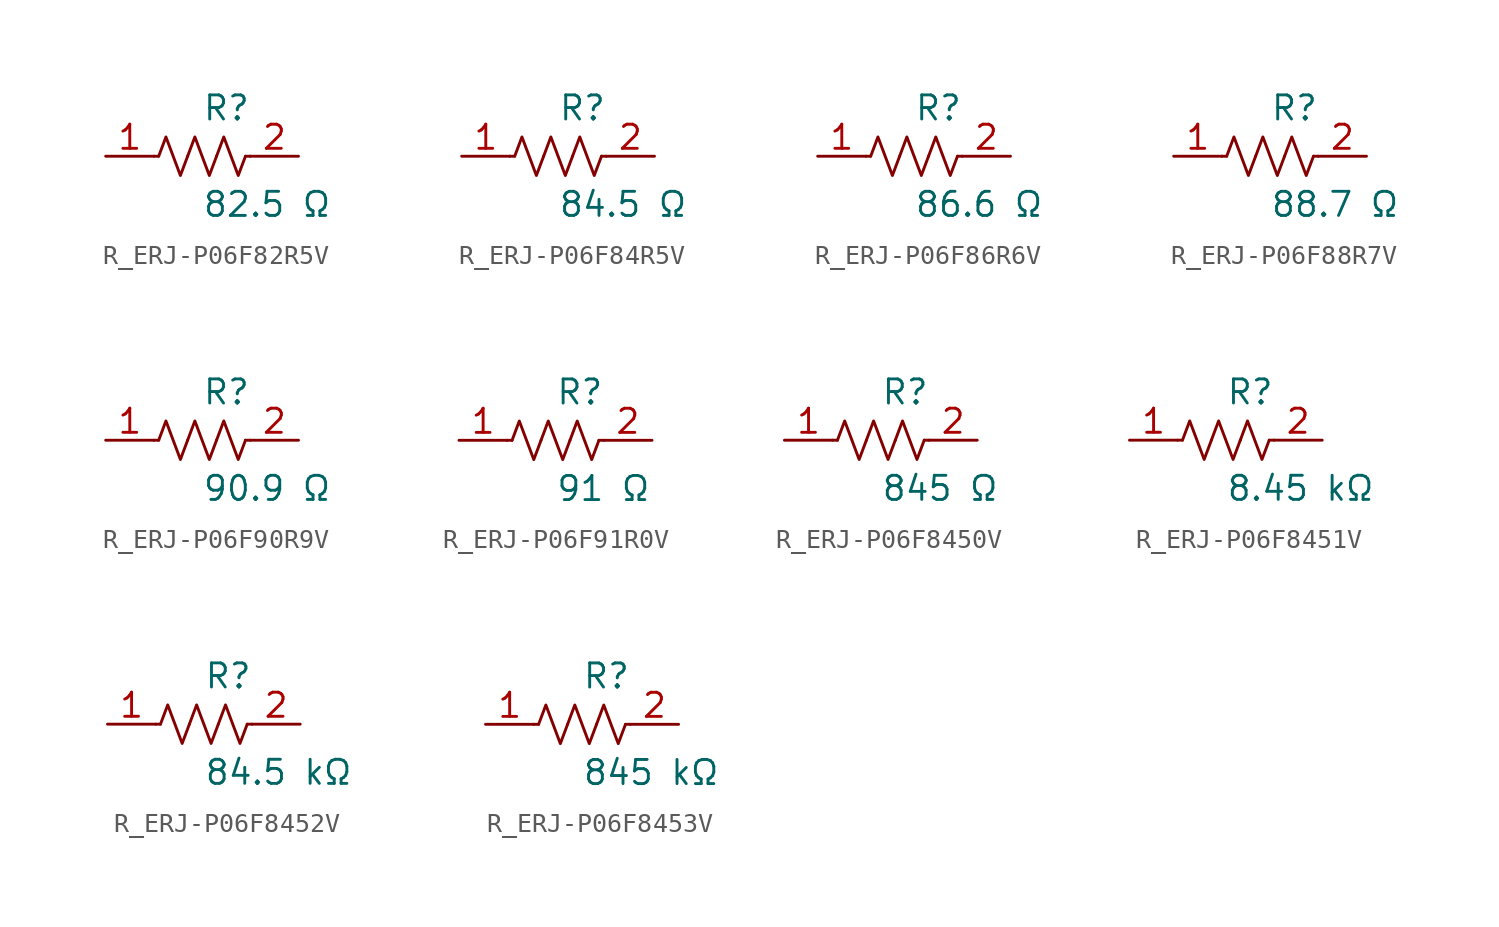
<source format=kicad_sym>
(kicad_symbol_lib
  (version 20231120)
  (generator kicad_symbol_editor)
  (generator_version 8.0)
  (symbol "R_ERJ-P06F82R5V"
    (pin_names
      (offset 0.254))
    (property "Reference" "R"
      (at 0.0 2.54 0)
      (effects (font (size 1.27 1.27)) (justify left)))
    (property "Value" "82.5 Ω"
      (at 0.0 -2.54 0)
      (effects (font (size 1.27 1.27)) (justify left)))
    (symbol "R_ERJ-P06F82R5V_0_1"
      (polyline (pts (xy 2.286 0) (xy 2.54 0)) (stroke (width 0) (type default)) (fill (type none)))
      (polyline (pts (xy -2.286 0) (xy -2.54 0)) (stroke (width 0) (type default)) (fill (type none)))
      (polyline (pts (xy 0.762 0) (xy 1.143 1.016) (xy 1.524 0) (xy 1.905 -1.016) (xy 2.286 0)) (stroke (width 0) (type default)) (fill (type none)))
      (polyline (pts (xy -0.762 0) (xy -0.381 1.016) (xy 0 0) (xy 0.381 -1.016) (xy 0.762 0)) (stroke (width 0) (type default)) (fill (type none)))
      (polyline (pts (xy -2.286 0) (xy -1.905 1.016) (xy -1.524 0) (xy -1.143 -1.016) (xy -0.762 0)) (stroke (width 0) (type default)) (fill (type none))))
    (pin unspecified line
      (at -5.08 0 0)
      (length 2.54)
      (name "" (effects (font (size 1.27 1.27))))
      (number "1" (effects (font (size 1.27 1.27)))))
    (pin unspecified line
      (at 5.08 0 180)
      (length 2.54)
      (name "" (effects (font (size 1.27 1.27))))
      (number "2" (effects (font (size 1.27 1.27))))))
  (symbol "R_ERJ-P06F84R5V"
    (pin_names
      (offset 0.254))
    (property "Reference" "R"
      (at 0.0 2.54 0)
      (effects (font (size 1.27 1.27)) (justify left)))
    (property "Value" "84.5 Ω"
      (at 0.0 -2.54 0)
      (effects (font (size 1.27 1.27)) (justify left)))
    (symbol "R_ERJ-P06F84R5V_0_1"
      (polyline (pts (xy 2.286 0) (xy 2.54 0)) (stroke (width 0) (type default)) (fill (type none)))
      (polyline (pts (xy -2.286 0) (xy -2.54 0)) (stroke (width 0) (type default)) (fill (type none)))
      (polyline (pts (xy 0.762 0) (xy 1.143 1.016) (xy 1.524 0) (xy 1.905 -1.016) (xy 2.286 0)) (stroke (width 0) (type default)) (fill (type none)))
      (polyline (pts (xy -0.762 0) (xy -0.381 1.016) (xy 0 0) (xy 0.381 -1.016) (xy 0.762 0)) (stroke (width 0) (type default)) (fill (type none)))
      (polyline (pts (xy -2.286 0) (xy -1.905 1.016) (xy -1.524 0) (xy -1.143 -1.016) (xy -0.762 0)) (stroke (width 0) (type default)) (fill (type none))))
    (pin unspecified line
      (at -5.08 0 0)
      (length 2.54)
      (name "" (effects (font (size 1.27 1.27))))
      (number "1" (effects (font (size 1.27 1.27)))))
    (pin unspecified line
      (at 5.08 0 180)
      (length 2.54)
      (name "" (effects (font (size 1.27 1.27))))
      (number "2" (effects (font (size 1.27 1.27))))))
  (symbol "R_ERJ-P06F86R6V"
    (pin_names
      (offset 0.254))
    (property "Reference" "R"
      (at 0.0 2.54 0)
      (effects (font (size 1.27 1.27)) (justify left)))
    (property "Value" "86.6 Ω"
      (at 0.0 -2.54 0)
      (effects (font (size 1.27 1.27)) (justify left)))
    (symbol "R_ERJ-P06F86R6V_0_1"
      (polyline (pts (xy 2.286 0) (xy 2.54 0)) (stroke (width 0) (type default)) (fill (type none)))
      (polyline (pts (xy -2.286 0) (xy -2.54 0)) (stroke (width 0) (type default)) (fill (type none)))
      (polyline (pts (xy 0.762 0) (xy 1.143 1.016) (xy 1.524 0) (xy 1.905 -1.016) (xy 2.286 0)) (stroke (width 0) (type default)) (fill (type none)))
      (polyline (pts (xy -0.762 0) (xy -0.381 1.016) (xy 0 0) (xy 0.381 -1.016) (xy 0.762 0)) (stroke (width 0) (type default)) (fill (type none)))
      (polyline (pts (xy -2.286 0) (xy -1.905 1.016) (xy -1.524 0) (xy -1.143 -1.016) (xy -0.762 0)) (stroke (width 0) (type default)) (fill (type none))))
    (pin unspecified line
      (at -5.08 0 0)
      (length 2.54)
      (name "" (effects (font (size 1.27 1.27))))
      (number "1" (effects (font (size 1.27 1.27)))))
    (pin unspecified line
      (at 5.08 0 180)
      (length 2.54)
      (name "" (effects (font (size 1.27 1.27))))
      (number "2" (effects (font (size 1.27 1.27))))))
  (symbol "R_ERJ-P06F88R7V"
    (pin_names
      (offset 0.254))
    (property "Reference" "R"
      (at 0.0 2.54 0)
      (effects (font (size 1.27 1.27)) (justify left)))
    (property "Value" "88.7 Ω"
      (at 0.0 -2.54 0)
      (effects (font (size 1.27 1.27)) (justify left)))
    (symbol "R_ERJ-P06F88R7V_0_1"
      (polyline (pts (xy 2.286 0) (xy 2.54 0)) (stroke (width 0) (type default)) (fill (type none)))
      (polyline (pts (xy -2.286 0) (xy -2.54 0)) (stroke (width 0) (type default)) (fill (type none)))
      (polyline (pts (xy 0.762 0) (xy 1.143 1.016) (xy 1.524 0) (xy 1.905 -1.016) (xy 2.286 0)) (stroke (width 0) (type default)) (fill (type none)))
      (polyline (pts (xy -0.762 0) (xy -0.381 1.016) (xy 0 0) (xy 0.381 -1.016) (xy 0.762 0)) (stroke (width 0) (type default)) (fill (type none)))
      (polyline (pts (xy -2.286 0) (xy -1.905 1.016) (xy -1.524 0) (xy -1.143 -1.016) (xy -0.762 0)) (stroke (width 0) (type default)) (fill (type none))))
    (pin unspecified line
      (at -5.08 0 0)
      (length 2.54)
      (name "" (effects (font (size 1.27 1.27))))
      (number "1" (effects (font (size 1.27 1.27)))))
    (pin unspecified line
      (at 5.08 0 180)
      (length 2.54)
      (name "" (effects (font (size 1.27 1.27))))
      (number "2" (effects (font (size 1.27 1.27))))))
  (symbol "R_ERJ-P06F90R9V"
    (pin_names
      (offset 0.254))
    (property "Reference" "R"
      (at 0.0 2.54 0)
      (effects (font (size 1.27 1.27)) (justify left)))
    (property "Value" "90.9 Ω"
      (at 0.0 -2.54 0)
      (effects (font (size 1.27 1.27)) (justify left)))
    (symbol "R_ERJ-P06F90R9V_0_1"
      (polyline (pts (xy 2.286 0) (xy 2.54 0)) (stroke (width 0) (type default)) (fill (type none)))
      (polyline (pts (xy -2.286 0) (xy -2.54 0)) (stroke (width 0) (type default)) (fill (type none)))
      (polyline (pts (xy 0.762 0) (xy 1.143 1.016) (xy 1.524 0) (xy 1.905 -1.016) (xy 2.286 0)) (stroke (width 0) (type default)) (fill (type none)))
      (polyline (pts (xy -0.762 0) (xy -0.381 1.016) (xy 0 0) (xy 0.381 -1.016) (xy 0.762 0)) (stroke (width 0) (type default)) (fill (type none)))
      (polyline (pts (xy -2.286 0) (xy -1.905 1.016) (xy -1.524 0) (xy -1.143 -1.016) (xy -0.762 0)) (stroke (width 0) (type default)) (fill (type none))))
    (pin unspecified line
      (at -5.08 0 0)
      (length 2.54)
      (name "" (effects (font (size 1.27 1.27))))
      (number "1" (effects (font (size 1.27 1.27)))))
    (pin unspecified line
      (at 5.08 0 180)
      (length 2.54)
      (name "" (effects (font (size 1.27 1.27))))
      (number "2" (effects (font (size 1.27 1.27))))))
  (symbol "R_ERJ-P06F91R0V"
    (pin_names
      (offset 0.254))
    (property "Reference" "R"
      (at 0.0 2.54 0)
      (effects (font (size 1.27 1.27)) (justify left)))
    (property "Value" "91 Ω"
      (at 0.0 -2.54 0)
      (effects (font (size 1.27 1.27)) (justify left)))
    (symbol "R_ERJ-P06F91R0V_0_1"
      (polyline (pts (xy 2.286 0) (xy 2.54 0)) (stroke (width 0) (type default)) (fill (type none)))
      (polyline (pts (xy -2.286 0) (xy -2.54 0)) (stroke (width 0) (type default)) (fill (type none)))
      (polyline (pts (xy 0.762 0) (xy 1.143 1.016) (xy 1.524 0) (xy 1.905 -1.016) (xy 2.286 0)) (stroke (width 0) (type default)) (fill (type none)))
      (polyline (pts (xy -0.762 0) (xy -0.381 1.016) (xy 0 0) (xy 0.381 -1.016) (xy 0.762 0)) (stroke (width 0) (type default)) (fill (type none)))
      (polyline (pts (xy -2.286 0) (xy -1.905 1.016) (xy -1.524 0) (xy -1.143 -1.016) (xy -0.762 0)) (stroke (width 0) (type default)) (fill (type none))))
    (pin unspecified line
      (at -5.08 0 0)
      (length 2.54)
      (name "" (effects (font (size 1.27 1.27))))
      (number "1" (effects (font (size 1.27 1.27)))))
    (pin unspecified line
      (at 5.08 0 180)
      (length 2.54)
      (name "" (effects (font (size 1.27 1.27))))
      (number "2" (effects (font (size 1.27 1.27))))))
  (symbol "R_ERJ-P06F8450V"
    (pin_names
      (offset 0.254))
    (property "Reference" "R"
      (at 0.0 2.54 0)
      (effects (font (size 1.27 1.27)) (justify left)))
    (property "Value" "845 Ω"
      (at 0.0 -2.54 0)
      (effects (font (size 1.27 1.27)) (justify left)))
    (symbol "R_ERJ-P06F8450V_0_1"
      (polyline (pts (xy 2.286 0) (xy 2.54 0)) (stroke (width 0) (type default)) (fill (type none)))
      (polyline (pts (xy -2.286 0) (xy -2.54 0)) (stroke (width 0) (type default)) (fill (type none)))
      (polyline (pts (xy 0.762 0) (xy 1.143 1.016) (xy 1.524 0) (xy 1.905 -1.016) (xy 2.286 0)) (stroke (width 0) (type default)) (fill (type none)))
      (polyline (pts (xy -0.762 0) (xy -0.381 1.016) (xy 0 0) (xy 0.381 -1.016) (xy 0.762 0)) (stroke (width 0) (type default)) (fill (type none)))
      (polyline (pts (xy -2.286 0) (xy -1.905 1.016) (xy -1.524 0) (xy -1.143 -1.016) (xy -0.762 0)) (stroke (width 0) (type default)) (fill (type none))))
    (pin unspecified line
      (at -5.08 0 0)
      (length 2.54)
      (name "" (effects (font (size 1.27 1.27))))
      (number "1" (effects (font (size 1.27 1.27)))))
    (pin unspecified line
      (at 5.08 0 180)
      (length 2.54)
      (name "" (effects (font (size 1.27 1.27))))
      (number "2" (effects (font (size 1.27 1.27))))))
  (symbol "R_ERJ-P06F8451V"
    (pin_names
      (offset 0.254))
    (property "Reference" "R"
      (at 0.0 2.54 0)
      (effects (font (size 1.27 1.27)) (justify left)))
    (property "Value" "8.45 kΩ"
      (at 0.0 -2.54 0)
      (effects (font (size 1.27 1.27)) (justify left)))
    (symbol "R_ERJ-P06F8451V_0_1"
      (polyline (pts (xy 2.286 0) (xy 2.54 0)) (stroke (width 0) (type default)) (fill (type none)))
      (polyline (pts (xy -2.286 0) (xy -2.54 0)) (stroke (width 0) (type default)) (fill (type none)))
      (polyline (pts (xy 0.762 0) (xy 1.143 1.016) (xy 1.524 0) (xy 1.905 -1.016) (xy 2.286 0)) (stroke (width 0) (type default)) (fill (type none)))
      (polyline (pts (xy -0.762 0) (xy -0.381 1.016) (xy 0 0) (xy 0.381 -1.016) (xy 0.762 0)) (stroke (width 0) (type default)) (fill (type none)))
      (polyline (pts (xy -2.286 0) (xy -1.905 1.016) (xy -1.524 0) (xy -1.143 -1.016) (xy -0.762 0)) (stroke (width 0) (type default)) (fill (type none))))
    (pin unspecified line
      (at -5.08 0 0)
      (length 2.54)
      (name "" (effects (font (size 1.27 1.27))))
      (number "1" (effects (font (size 1.27 1.27)))))
    (pin unspecified line
      (at 5.08 0 180)
      (length 2.54)
      (name "" (effects (font (size 1.27 1.27))))
      (number "2" (effects (font (size 1.27 1.27))))))
  (symbol "R_ERJ-P06F8452V"
    (pin_names
      (offset 0.254))
    (property "Reference" "R"
      (at 0.0 2.54 0)
      (effects (font (size 1.27 1.27)) (justify left)))
    (property "Value" "84.5 kΩ"
      (at 0.0 -2.54 0)
      (effects (font (size 1.27 1.27)) (justify left)))
    (symbol "R_ERJ-P06F8452V_0_1"
      (polyline (pts (xy 2.286 0) (xy 2.54 0)) (stroke (width 0) (type default)) (fill (type none)))
      (polyline (pts (xy -2.286 0) (xy -2.54 0)) (stroke (width 0) (type default)) (fill (type none)))
      (polyline (pts (xy 0.762 0) (xy 1.143 1.016) (xy 1.524 0) (xy 1.905 -1.016) (xy 2.286 0)) (stroke (width 0) (type default)) (fill (type none)))
      (polyline (pts (xy -0.762 0) (xy -0.381 1.016) (xy 0 0) (xy 0.381 -1.016) (xy 0.762 0)) (stroke (width 0) (type default)) (fill (type none)))
      (polyline (pts (xy -2.286 0) (xy -1.905 1.016) (xy -1.524 0) (xy -1.143 -1.016) (xy -0.762 0)) (stroke (width 0) (type default)) (fill (type none))))
    (pin unspecified line
      (at -5.08 0 0)
      (length 2.54)
      (name "" (effects (font (size 1.27 1.27))))
      (number "1" (effects (font (size 1.27 1.27)))))
    (pin unspecified line
      (at 5.08 0 180)
      (length 2.54)
      (name "" (effects (font (size 1.27 1.27))))
      (number "2" (effects (font (size 1.27 1.27))))))
  (symbol "R_ERJ-P06F8453V"
    (pin_names
      (offset 0.254))
    (property "Reference" "R"
      (at 0.0 2.54 0)
      (effects (font (size 1.27 1.27)) (justify left)))
    (property "Value" "845 kΩ"
      (at 0.0 -2.54 0)
      (effects (font (size 1.27 1.27)) (justify left)))
    (symbol "R_ERJ-P06F8453V_0_1"
      (polyline (pts (xy 2.286 0) (xy 2.54 0)) (stroke (width 0) (type default)) (fill (type none)))
      (polyline (pts (xy -2.286 0) (xy -2.54 0)) (stroke (width 0) (type default)) (fill (type none)))
      (polyline (pts (xy 0.762 0) (xy 1.143 1.016) (xy 1.524 0) (xy 1.905 -1.016) (xy 2.286 0)) (stroke (width 0) (type default)) (fill (type none)))
      (polyline (pts (xy -0.762 0) (xy -0.381 1.016) (xy 0 0) (xy 0.381 -1.016) (xy 0.762 0)) (stroke (width 0) (type default)) (fill (type none)))
      (polyline (pts (xy -2.286 0) (xy -1.905 1.016) (xy -1.524 0) (xy -1.143 -1.016) (xy -0.762 0)) (stroke (width 0) (type default)) (fill (type none))))
    (pin unspecified line
      (at -5.08 0 0)
      (length 2.54)
      (name "" (effects (font (size 1.27 1.27))))
      (number "1" (effects (font (size 1.27 1.27)))))
    (pin unspecified line
      (at 5.08 0 180)
      (length 2.54)
      (name "" (effects (font (size 1.27 1.27))))
      (number "2" (effects (font (size 1.27 1.27)))))))
</source>
